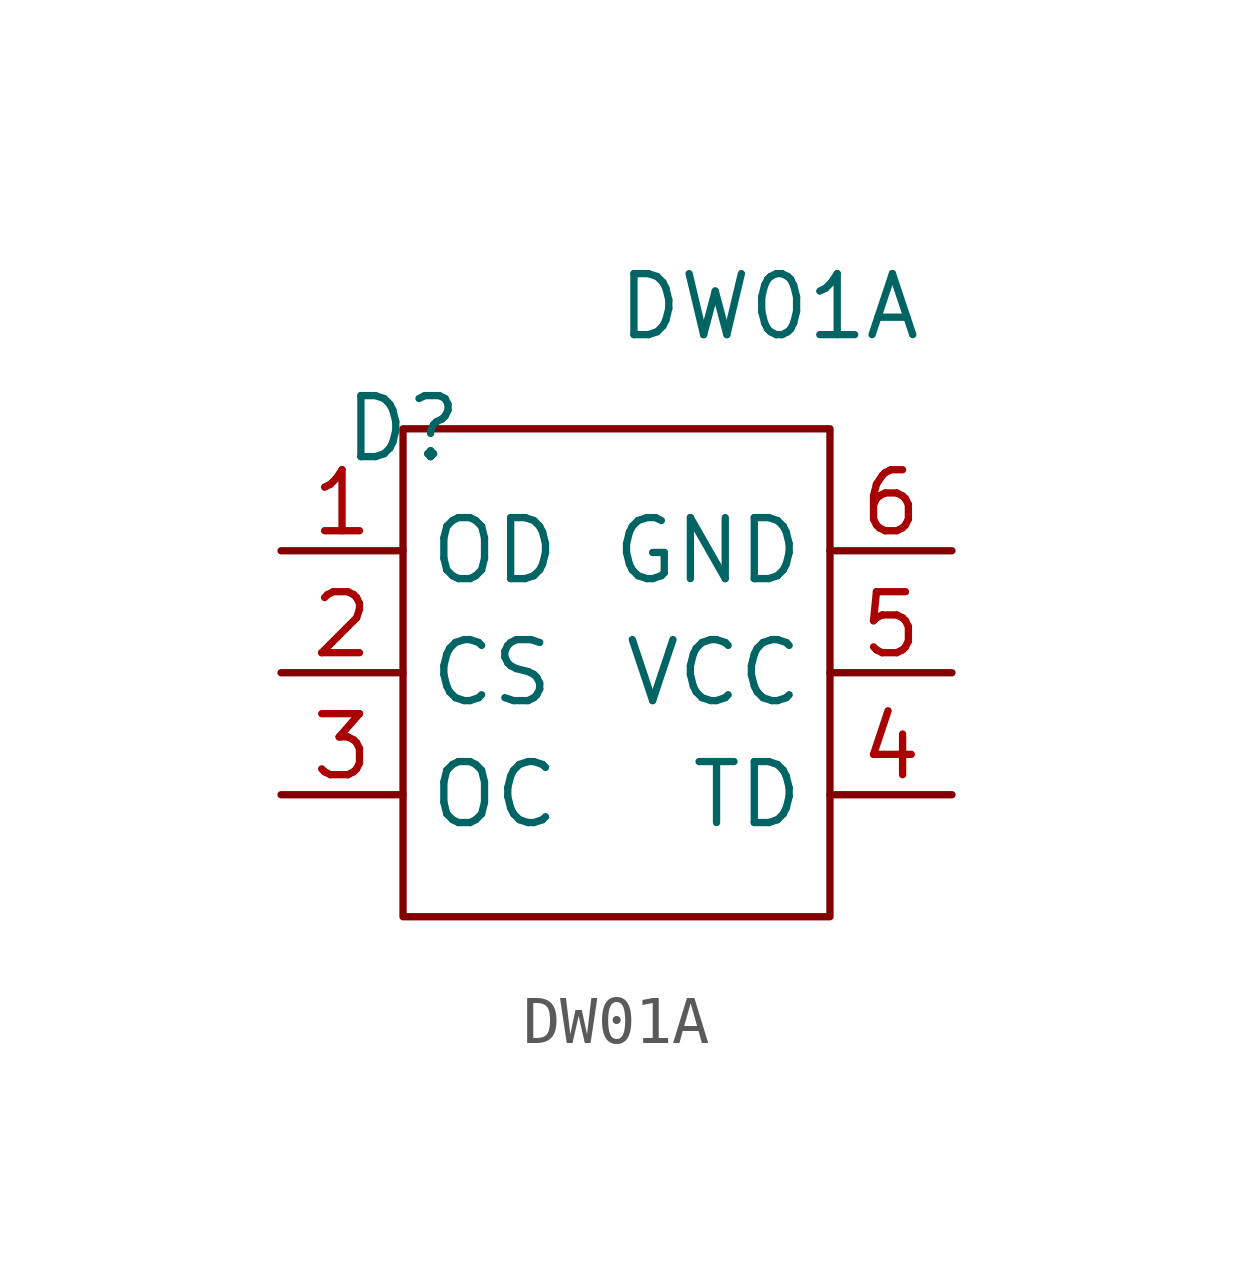
<source format=kicad_sym>
(kicad_symbol_lib
  (version 20211014)
  (generator kicad_symbol_editor)
  (symbol "DW01A"
    (property "Reference" "D"
      (at 0 0 0)
      (effects (font (size 1.27 1.27))))
    (property "Value" "DW01A"
      (at 7.62 2.54 0)
      (effects (font (size 1.27 1.27))))
    (symbol "DW01A_0_1"
      (rectangle (start 0 0) (end 8.89 -10.16) (stroke (width 0) (type default) (color 0 0 0 0)) (fill (type none))))
    (symbol "DW01A_1_1"
      (pin output line (at -2.54 -2.54 0) (length 2.54) (name "OD" (effects (font (size 1.27 1.27)))) (number "1" (effects (font (size 1.27 1.27)))))
      (pin input line (at -2.54 -5.08 0) (length 2.54) (name "CS" (effects (font (size 1.27 1.27)))) (number "2" (effects (font (size 1.27 1.27)))))
      (pin output line (at -2.54 -7.62 0) (length 2.54) (name "OC" (effects (font (size 1.27 1.27)))) (number "3" (effects (font (size 1.27 1.27)))))
      (pin input line (at 11.43 -7.62 180) (length 2.54) (name "TD" (effects (font (size 1.27 1.27)))) (number "4" (effects (font (size 1.27 1.27)))))
      (pin power_in line (at 11.43 -5.08 180) (length 2.54) (name "VCC" (effects (font (size 1.27 1.27)))) (number "5" (effects (font (size 1.27 1.27)))))
      (pin power_in line (at 11.43 -2.54 180) (length 2.54) (name "GND" (effects (font (size 1.27 1.27)))) (number "6" (effects (font (size 1.27 1.27))))))))
</source>
